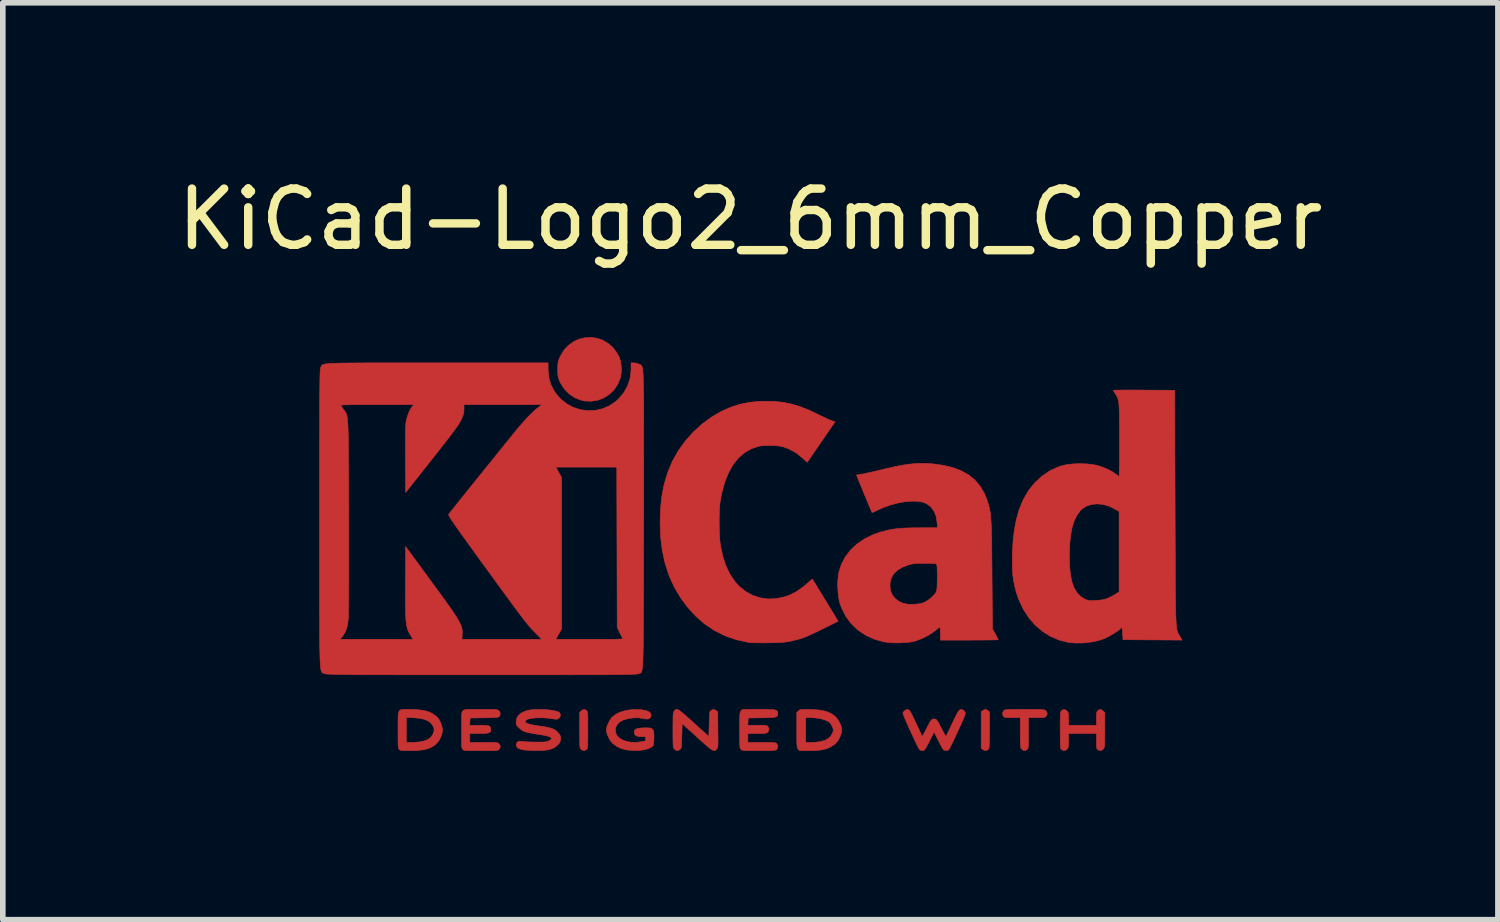
<source format=kicad_pcb>
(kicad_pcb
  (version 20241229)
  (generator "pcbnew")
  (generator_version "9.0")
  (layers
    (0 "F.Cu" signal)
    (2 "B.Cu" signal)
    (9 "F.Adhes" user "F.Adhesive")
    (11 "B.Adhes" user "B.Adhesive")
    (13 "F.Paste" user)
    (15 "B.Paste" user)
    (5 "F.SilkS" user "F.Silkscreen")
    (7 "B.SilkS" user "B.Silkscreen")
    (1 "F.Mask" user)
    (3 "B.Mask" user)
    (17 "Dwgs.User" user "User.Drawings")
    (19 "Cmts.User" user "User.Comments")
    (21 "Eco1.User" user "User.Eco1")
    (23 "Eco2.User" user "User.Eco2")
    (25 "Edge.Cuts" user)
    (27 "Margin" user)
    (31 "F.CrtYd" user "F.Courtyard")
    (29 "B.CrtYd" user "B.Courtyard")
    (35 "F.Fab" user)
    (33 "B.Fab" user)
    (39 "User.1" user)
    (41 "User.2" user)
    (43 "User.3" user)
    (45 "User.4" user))
  (footprint "KiCad-Logo2_6mm_Copper"
    (layer "F.Cu")
    (at 10.292 5.928)
    (property "Reference" "KiCad-Logo2_6mm_Copper" (at 0 -5.08 0) (layer "F.SilkS") (effects (font (size 1 1) (thickness 0.15))))
    (attr exclude_from_pos_files exclude_from_bom)
    (fp_poly (pts (xy 4.2 3.642) (xy 4.224 3.657) (xy 4.251 3.678) (xy 4.251 4) (xy 4.251 4.094) (xy 4.25 4.168) (xy 4.249 4.225) (xy 4.248 4.267) (xy 4.246 4.297) (xy 4.243 4.317) (xy 4.239 4.331) (xy 4.233 4.341) (xy 4.229 4.345) (xy 4.198 4.366) (xy 4.162 4.365) (xy 4.131 4.347) (xy 4.104 4.326) (xy 4.104 3.678) (xy 4.131 3.657) (xy 4.156 3.641) (xy 4.177 3.635) (xy 4.2 3.642)) (stroke (width 0.01) (type solid)) (fill yes) (layer "F.Cu"))
    (fp_poly (pts (xy -2.912 3.658) (xy -2.906 3.665) (xy -2.9 3.675) (xy -2.896 3.69) (xy -2.894 3.712) (xy -2.892 3.744) (xy -2.89 3.789) (xy -2.89 3.849) (xy -2.89 3.926) (xy -2.89 4.002) (xy -2.89 4.096) (xy -2.89 4.17) (xy -2.891 4.226) (xy -2.892 4.268) (xy -2.894 4.298) (xy -2.897 4.318) (xy -2.901 4.332) (xy -2.907 4.341) (xy -2.912 4.346) (xy -2.945 4.366) (xy -2.98 4.364) (xy -3.012 4.343) (xy -3.019 4.335) (xy -3.025 4.325) (xy -3.029 4.311) (xy -3.032 4.291) (xy -3.034 4.261) (xy -3.035 4.219) (xy -3.036 4.162) (xy -3.036 4.088) (xy -3.036 4.004) (xy -3.036 3.691) (xy -3.009 3.663) (xy -2.974 3.64) (xy -2.941 3.639) (xy -2.912 3.658)) (stroke (width 0.01) (type solid)) (fill yes) (layer "F.Cu"))
    (fp_poly (pts (xy -2.726 -2.964) (xy -2.623 -2.928) (xy -2.527 -2.871) (xy -2.441 -2.795) (xy -2.369 -2.697) (xy -2.336 -2.636) (xy -2.308 -2.55) (xy -2.295 -2.451) (xy -2.296 -2.35) (xy -2.313 -2.257) (xy -2.359 -2.145) (xy -2.425 -2.047) (xy -2.509 -1.966) (xy -2.606 -1.904) (xy -2.714 -1.862) (xy -2.829 -1.844) (xy -2.948 -1.849) (xy -3.007 -1.862) (xy -3.121 -1.906) (xy -3.222 -1.974) (xy -3.309 -2.063) (xy -3.377 -2.171) (xy -3.383 -2.183) (xy -3.403 -2.227) (xy -3.415 -2.265) (xy -3.422 -2.304) (xy -3.425 -2.355) (xy -3.426 -2.41) (xy -3.425 -2.476) (xy -3.421 -2.523) (xy -3.413 -2.562) (xy -3.399 -2.6) (xy -3.382 -2.639) (xy -3.318 -2.747) (xy -3.238 -2.834) (xy -3.147 -2.901) (xy -3.047 -2.948) (xy -2.941 -2.973) (xy -2.833 -2.979) (xy -2.726 -2.964)) (stroke (width 0.01) (type solid)) (fill yes) (layer "F.Cu"))
    (fp_poly (pts (xy 4.975 3.635) (xy 5.053 3.636) (xy 5.115 3.637) (xy 5.161 3.638) (xy 5.194 3.64) (xy 5.217 3.643) (xy 5.232 3.646) (xy 5.243 3.651) (xy 5.248 3.655) (xy 5.273 3.688) (xy 5.276 3.721) (xy 5.26 3.752) (xy 5.25 3.764) (xy 5.239 3.773) (xy 5.223 3.778) (xy 5.197 3.781) (xy 5.159 3.782) (xy 5.102 3.782) (xy 5.091 3.782) (xy 4.945 3.782) (xy 4.945 4.053) (xy 4.945 4.138) (xy 4.944 4.204) (xy 4.943 4.253) (xy 4.942 4.288) (xy 4.939 4.312) (xy 4.935 4.328) (xy 4.929 4.338) (xy 4.922 4.346) (xy 4.889 4.366) (xy 4.855 4.365) (xy 4.824 4.342) (xy 4.822 4.339) (xy 4.814 4.329) (xy 4.808 4.316) (xy 4.804 4.299) (xy 4.801 4.274) (xy 4.8 4.238) (xy 4.799 4.188) (xy 4.798 4.122) (xy 4.798 4.046) (xy 4.798 3.782) (xy 4.659 3.782) (xy 4.599 3.782) (xy 4.558 3.78) (xy 4.53 3.777) (xy 4.513 3.771) (xy 4.502 3.763) (xy 4.501 3.761) (xy 4.484 3.728) (xy 4.486 3.691) (xy 4.505 3.658) (xy 4.512 3.651) (xy 4.521 3.646) (xy 4.535 3.643) (xy 4.556 3.64) (xy 4.587 3.638) (xy 4.63 3.636) (xy 4.687 3.636) (xy 4.762 3.635) (xy 4.856 3.635) (xy 4.876 3.635) (xy 4.975 3.635)) (stroke (width 0.01) (type solid)) (fill yes) (layer "F.Cu"))
    (fp_poly (pts (xy 6.241 3.641) (xy 6.272 3.663) (xy 6.3 3.691) (xy 6.3 4) (xy 6.3 4.092) (xy 6.299 4.164) (xy 6.298 4.219) (xy 6.297 4.26) (xy 6.295 4.289) (xy 6.291 4.309) (xy 6.287 4.323) (xy 6.281 4.333) (xy 6.276 4.339) (xy 6.245 4.364) (xy 6.21 4.367) (xy 6.178 4.351) (xy 6.167 4.343) (xy 6.16 4.331) (xy 6.156 4.312) (xy 6.154 4.281) (xy 6.153 4.235) (xy 6.153 4.199) (xy 6.153 4.064) (xy 5.656 4.064) (xy 5.656 4.187) (xy 5.656 4.243) (xy 5.654 4.282) (xy 5.649 4.308) (xy 5.642 4.326) (xy 5.633 4.339) (xy 5.602 4.364) (xy 5.567 4.367) (xy 5.533 4.349) (xy 5.524 4.34) (xy 5.518 4.328) (xy 5.514 4.309) (xy 5.511 4.28) (xy 5.51 4.236) (xy 5.509 4.174) (xy 5.509 4.16) (xy 5.509 4.044) (xy 5.508 3.948) (xy 5.508 3.87) (xy 5.509 3.809) (xy 5.51 3.762) (xy 5.512 3.727) (xy 5.514 3.701) (xy 5.517 3.684) (xy 5.521 3.672) (xy 5.526 3.664) (xy 5.532 3.658) (xy 5.564 3.638) (xy 5.597 3.641) (xy 5.628 3.663) (xy 5.641 3.677) (xy 5.649 3.693) (xy 5.654 3.716) (xy 5.656 3.75) (xy 5.656 3.802) (xy 5.656 3.917) (xy 6.153 3.917) (xy 6.153 3.799) (xy 6.153 3.744) (xy 6.155 3.707) (xy 6.16 3.683) (xy 6.167 3.668) (xy 6.175 3.658) (xy 6.207 3.638) (xy 6.241 3.641)) (stroke (width 0.01) (type solid)) (fill yes) (layer "F.Cu"))
    (fp_poly (pts (xy 1.03 3.635) (xy 1.159 3.64) (xy 1.269 3.653) (xy 1.361 3.676) (xy 1.438 3.709) (xy 1.5 3.754) (xy 1.551 3.81) (xy 1.591 3.88) (xy 1.592 3.882) (xy 1.616 3.944) (xy 1.625 3.999) (xy 1.618 4.054) (xy 1.595 4.117) (xy 1.591 4.127) (xy 1.562 4.183) (xy 1.529 4.227) (xy 1.487 4.264) (xy 1.429 4.3) (xy 1.426 4.302) (xy 1.375 4.326) (xy 1.318 4.344) (xy 1.251 4.357) (xy 1.17 4.365) (xy 1.072 4.368) (xy 1.037 4.368) (xy 0.871 4.369) (xy 0.848 4.339) (xy 0.841 4.33) (xy 0.836 4.318) (xy 0.831 4.302) (xy 0.829 4.279) (xy 0.827 4.247) (xy 0.826 4.222) (xy 0.983 4.222) (xy 1.076 4.222) (xy 1.131 4.221) (xy 1.188 4.216) (xy 1.234 4.21) (xy 1.237 4.21) (xy 1.319 4.188) (xy 1.383 4.155) (xy 1.43 4.109) (xy 1.463 4.049) (xy 1.469 4.033) (xy 1.474 4.009) (xy 1.472 3.984) (xy 1.46 3.952) (xy 1.453 3.936) (xy 1.43 3.893) (xy 1.402 3.863) (xy 1.371 3.843) (xy 1.309 3.816) (xy 1.229 3.796) (xy 1.137 3.785) (xy 1.07 3.782) (xy 0.983 3.782) (xy 0.983 4.222) (xy 0.826 4.222) (xy 0.825 4.201) (xy 0.825 4.141) (xy 0.825 4.062) (xy 0.825 4) (xy 0.825 3.691) (xy 0.852 3.663) (xy 0.865 3.652) (xy 0.878 3.644) (xy 0.896 3.639) (xy 0.924 3.637) (xy 0.966 3.636) (xy 1.026 3.635) (xy 1.03 3.635)) (stroke (width 0.01) (type solid)) (fill yes) (layer "F.Cu"))
    (fp_poly (pts (xy -6.11 3.635) (xy -6.07 3.636) (xy -5.954 3.638) (xy -5.858 3.647) (xy -5.776 3.661) (xy -5.707 3.683) (xy -5.647 3.714) (xy -5.592 3.753) (xy -5.572 3.77) (xy -5.54 3.81) (xy -5.511 3.864) (xy -5.488 3.924) (xy -5.476 3.981) (xy -5.475 4.002) (xy -5.483 4.061) (xy -5.504 4.125) (xy -5.535 4.186) (xy -5.572 4.235) (xy -5.578 4.24) (xy -5.629 4.282) (xy -5.684 4.314) (xy -5.748 4.338) (xy -5.823 4.354) (xy -5.912 4.364) (xy -6.019 4.369) (xy -6.068 4.369) (xy -6.13 4.369) (xy -6.174 4.367) (xy -6.203 4.365) (xy -6.222 4.36) (xy -6.235 4.353) (xy -6.242 4.346) (xy -6.249 4.339) (xy -6.254 4.329) (xy -6.258 4.315) (xy -6.261 4.293) (xy -6.263 4.26) (xy -6.264 4.216) (xy -6.265 4.156) (xy -6.265 4.078) (xy -6.265 4.002) (xy -6.265 3.901) (xy -6.265 3.821) (xy -6.264 3.782) (xy -6.118 3.782) (xy -6.118 4.222) (xy -6.025 4.222) (xy -5.969 4.221) (xy -5.91 4.216) (xy -5.861 4.211) (xy -5.86 4.21) (xy -5.781 4.191) (xy -5.719 4.161) (xy -5.673 4.119) (xy -5.643 4.073) (xy -5.625 4.022) (xy -5.626 3.974) (xy -5.647 3.923) (xy -5.689 3.87) (xy -5.746 3.831) (xy -5.821 3.805) (xy -5.871 3.795) (xy -5.928 3.789) (xy -5.988 3.784) (xy -6.039 3.782) (xy -6.042 3.782) (xy -6.118 3.782) (xy -6.264 3.782) (xy -6.264 3.758) (xy -6.259 3.711) (xy -6.251 3.678) (xy -6.238 3.656) (xy -6.218 3.643) (xy -6.191 3.637) (xy -6.155 3.635) (xy -6.11 3.635)) (stroke (width 0.01) (type solid)) (fill yes) (layer "F.Cu"))
    (fp_poly (pts (xy -1.288 3.64) (xy -1.265 3.653) (xy -1.234 3.676) (xy -1.194 3.709) (xy -1.144 3.752) (xy -1.082 3.807) (xy -1.006 3.876) (xy -0.92 3.954) (xy -0.739 4.118) (xy -0.733 3.898) (xy -0.731 3.823) (xy -0.729 3.766) (xy -0.727 3.726) (xy -0.724 3.698) (xy -0.72 3.681) (xy -0.714 3.669) (xy -0.705 3.66) (xy -0.701 3.657) (xy -0.667 3.638) (xy -0.634 3.641) (xy -0.608 3.657) (xy -0.581 3.678) (xy -0.578 3.993) (xy -0.577 4.086) (xy -0.576 4.159) (xy -0.576 4.214) (xy -0.577 4.256) (xy -0.579 4.285) (xy -0.582 4.305) (xy -0.586 4.32) (xy -0.592 4.33) (xy -0.598 4.339) (xy -0.612 4.354) (xy -0.625 4.365) (xy -0.64 4.369) (xy -0.659 4.365) (xy -0.684 4.353) (xy -0.716 4.331) (xy -0.757 4.298) (xy -0.809 4.253) (xy -0.874 4.195) (xy -0.948 4.128) (xy -1.213 3.888) (xy -1.219 4.107) (xy -1.221 4.182) (xy -1.223 4.239) (xy -1.225 4.279) (xy -1.228 4.306) (xy -1.233 4.324) (xy -1.239 4.335) (xy -1.247 4.344) (xy -1.251 4.347) (xy -1.288 4.367) (xy -1.323 4.364) (xy -1.353 4.339) (xy -1.36 4.329) (xy -1.366 4.318) (xy -1.37 4.302) (xy -1.373 4.279) (xy -1.375 4.246) (xy -1.376 4.201) (xy -1.377 4.14) (xy -1.377 4.061) (xy -1.377 4.002) (xy -1.377 3.911) (xy -1.376 3.839) (xy -1.376 3.784) (xy -1.374 3.744) (xy -1.372 3.715) (xy -1.368 3.695) (xy -1.364 3.681) (xy -1.358 3.671) (xy -1.353 3.665) (xy -1.342 3.651) (xy -1.332 3.64) (xy -1.32 3.634) (xy -1.306 3.634) (xy -1.288 3.64)) (stroke (width 0.01) (type solid)) (fill yes) (layer "F.Cu"))
    (fp_poly (pts (xy -1.938 3.641) (xy -1.87 3.652) (xy -1.817 3.67) (xy -1.783 3.694) (xy -1.774 3.707) (xy -1.764 3.738) (xy -1.771 3.767) (xy -1.791 3.793) (xy -1.822 3.806) (xy -1.867 3.805) (xy -1.903 3.798) (xy -1.981 3.785) (xy -2.061 3.784) (xy -2.15 3.794) (xy -2.175 3.799) (xy -2.258 3.822) (xy -2.323 3.857) (xy -2.369 3.903) (xy -2.395 3.959) (xy -2.401 3.988) (xy -2.397 4.046) (xy -2.374 4.098) (xy -2.333 4.142) (xy -2.277 4.177) (xy -2.207 4.203) (xy -2.126 4.218) (xy -2.036 4.221) (xy -1.939 4.211) (xy -1.934 4.21) (xy -1.895 4.203) (xy -1.874 4.196) (xy -1.865 4.185) (xy -1.862 4.168) (xy -1.862 4.159) (xy -1.862 4.121) (xy -1.931 4.121) (xy -1.991 4.117) (xy -2.032 4.103) (xy -2.056 4.08) (xy -2.065 4.045) (xy -2.065 4.041) (xy -2.06 4.011) (xy -2.043 3.99) (xy -2.01 3.976) (xy -1.96 3.967) (xy -1.911 3.964) (xy -1.841 3.963) (xy -1.789 3.965) (xy -1.755 3.975) (xy -1.733 3.995) (xy -1.721 4.027) (xy -1.716 4.074) (xy -1.715 4.136) (xy -1.717 4.206) (xy -1.721 4.253) (xy -1.728 4.278) (xy -1.73 4.28) (xy -1.769 4.312) (xy -1.826 4.337) (xy -1.897 4.355) (xy -1.98 4.365) (xy -2.069 4.367) (xy -2.163 4.36) (xy -2.218 4.352) (xy -2.304 4.328) (xy -2.384 4.288) (xy -2.451 4.236) (xy -2.461 4.226) (xy -2.495 4.182) (xy -2.524 4.128) (xy -2.548 4.072) (xy -2.561 4.02) (xy -2.562 4.001) (xy -2.556 3.96) (xy -2.538 3.908) (xy -2.513 3.855) (xy -2.483 3.805) (xy -2.457 3.773) (xy -2.396 3.724) (xy -2.317 3.685) (xy -2.223 3.657) (xy -2.117 3.64) (xy -2.02 3.636) (xy -1.938 3.641)) (stroke (width 0.01) (type solid)) (fill yes) (layer "F.Cu"))
    (fp_poly (pts (xy 0.242 3.635) (xy 0.318 3.636) (xy 0.377 3.639) (xy 0.42 3.642) (xy 0.45 3.648) (xy 0.469 3.657) (xy 0.48 3.669) (xy 0.485 3.685) (xy 0.486 3.705) (xy 0.486 3.708) (xy 0.485 3.73) (xy 0.48 3.748) (xy 0.469 3.761) (xy 0.449 3.77) (xy 0.418 3.776) (xy 0.372 3.78) (xy 0.31 3.783) (xy 0.228 3.784) (xy 0.203 3.785) (xy -0.039 3.788) (xy -0.042 3.853) (xy -0.046 3.917) (xy 0.122 3.917) (xy 0.188 3.918) (xy 0.235 3.919) (xy 0.267 3.921) (xy 0.287 3.925) (xy 0.301 3.931) (xy 0.31 3.94) (xy 0.311 3.94) (xy 0.328 3.973) (xy 0.327 4.01) (xy 0.309 4.041) (xy 0.305 4.044) (xy 0.292 4.052) (xy 0.275 4.058) (xy 0.248 4.061) (xy 0.209 4.063) (xy 0.153 4.064) (xy 0.118 4.064) (xy -0.045 4.064) (xy -0.045 4.222) (xy 0.202 4.222) (xy 0.283 4.222) (xy 0.345 4.223) (xy 0.39 4.224) (xy 0.422 4.226) (xy 0.443 4.23) (xy 0.456 4.234) (xy 0.465 4.241) (xy 0.467 4.243) (xy 0.483 4.274) (xy 0.485 4.31) (xy 0.471 4.341) (xy 0.461 4.351) (xy 0.45 4.357) (xy 0.433 4.361) (xy 0.407 4.364) (xy 0.37 4.367) (xy 0.319 4.368) (xy 0.252 4.369) (xy 0.165 4.369) (xy 0.145 4.369) (xy 0.057 4.369) (xy -0.012 4.369) (xy -0.064 4.368) (xy -0.101 4.366) (xy -0.127 4.364) (xy -0.144 4.36) (xy -0.156 4.355) (xy -0.164 4.349) (xy -0.168 4.344) (xy -0.175 4.336) (xy -0.181 4.326) (xy -0.185 4.311) (xy -0.187 4.289) (xy -0.189 4.257) (xy -0.191 4.212) (xy -0.191 4.151) (xy -0.191 4.073) (xy -0.191 4.007) (xy -0.191 3.915) (xy -0.191 3.842) (xy -0.19 3.787) (xy -0.189 3.746) (xy -0.187 3.717) (xy -0.183 3.696) (xy -0.179 3.682) (xy -0.173 3.672) (xy -0.168 3.665) (xy -0.145 3.635) (xy 0.145 3.635) (xy 0.242 3.635)) (stroke (width 0.01) (type solid)) (fill yes) (layer "F.Cu"))
    (fp_poly (pts (xy -4.701 3.635) (xy -4.632 3.636) (xy -4.579 3.637) (xy -4.541 3.638) (xy -4.514 3.641) (xy -4.496 3.644) (xy -4.484 3.649) (xy -4.475 3.655) (xy -4.472 3.658) (xy -4.452 3.689) (xy -4.449 3.725) (xy -4.462 3.757) (xy -4.468 3.763) (xy -4.478 3.769) (xy -4.493 3.774) (xy -4.518 3.778) (xy -4.554 3.78) (xy -4.605 3.782) (xy -4.673 3.784) (xy -4.736 3.785) (xy -4.984 3.788) (xy -4.987 3.853) (xy -4.99 3.917) (xy -4.822 3.917) (xy -4.749 3.918) (xy -4.696 3.921) (xy -4.659 3.927) (xy -4.636 3.936) (xy -4.623 3.952) (xy -4.618 3.974) (xy -4.617 3.994) (xy -4.619 4.019) (xy -4.629 4.037) (xy -4.648 4.05) (xy -4.679 4.058) (xy -4.727 4.062) (xy -4.792 4.064) (xy -4.828 4.064) (xy -4.989 4.064) (xy -4.989 4.222) (xy -4.741 4.222) (xy -4.66 4.222) (xy -4.598 4.223) (xy -4.552 4.224) (xy -4.52 4.226) (xy -4.499 4.229) (xy -4.485 4.234) (xy -4.475 4.24) (xy -4.47 4.245) (xy -4.453 4.272) (xy -4.447 4.296) (xy -4.455 4.325) (xy -4.47 4.346) (xy -4.478 4.353) (xy -4.488 4.359) (xy -4.503 4.362) (xy -4.526 4.365) (xy -4.559 4.367) (xy -4.606 4.368) (xy -4.668 4.369) (xy -4.75 4.369) (xy -4.792 4.369) (xy -4.882 4.369) (xy -4.952 4.369) (xy -5.005 4.368) (xy -5.044 4.366) (xy -5.071 4.364) (xy -5.09 4.36) (xy -5.102 4.356) (xy -5.11 4.35) (xy -5.113 4.346) (xy -5.12 4.339) (xy -5.125 4.329) (xy -5.129 4.314) (xy -5.132 4.292) (xy -5.134 4.26) (xy -5.135 4.215) (xy -5.136 4.155) (xy -5.136 4.077) (xy -5.136 4.004) (xy -5.136 3.911) (xy -5.136 3.838) (xy -5.135 3.782) (xy -5.134 3.74) (xy -5.132 3.711) (xy -5.129 3.691) (xy -5.125 3.678) (xy -5.119 3.669) (xy -5.112 3.661) (xy -5.11 3.66) (xy -5.101 3.652) (xy -5.091 3.647) (xy -5.077 3.642) (xy -5.056 3.639) (xy -5.025 3.637) (xy -4.981 3.636) (xy -4.922 3.635) (xy -4.845 3.635) (xy -4.79 3.635) (xy -4.701 3.635)) (stroke (width 0.01) (type solid)) (fill yes) (layer "F.Cu"))
    (fp_poly (pts (xy 3.756 3.637) (xy 3.776 3.644) (xy 3.777 3.645) (xy 3.803 3.665) (xy 3.818 3.686) (xy 3.821 3.696) (xy 3.821 3.709) (xy 3.817 3.727) (xy 3.808 3.753) (xy 3.793 3.79) (xy 3.772 3.839) (xy 3.744 3.903) (xy 3.707 3.983) (xy 3.687 4.027) (xy 3.65 4.106) (xy 3.616 4.179) (xy 3.585 4.242) (xy 3.559 4.294) (xy 3.54 4.331) (xy 3.527 4.352) (xy 3.525 4.355) (xy 3.494 4.367) (xy 3.459 4.366) (xy 3.431 4.351) (xy 3.43 4.349) (xy 3.418 4.332) (xy 3.4 4.299) (xy 3.376 4.255) (xy 3.349 4.202) (xy 3.339 4.183) (xy 3.266 4.036) (xy 3.186 4.196) (xy 3.157 4.251) (xy 3.131 4.298) (xy 3.109 4.335) (xy 3.093 4.357) (xy 3.088 4.362) (xy 3.046 4.368) (xy 3.012 4.355) (xy 3.001 4.341) (xy 2.984 4.309) (xy 2.96 4.263) (xy 2.932 4.205) (xy 2.901 4.14) (xy 2.869 4.07) (xy 2.835 3.997) (xy 2.804 3.927) (xy 2.774 3.86) (xy 2.749 3.801) (xy 2.729 3.753) (xy 2.716 3.718) (xy 2.712 3.7) (xy 2.712 3.7) (xy 2.723 3.678) (xy 2.745 3.655) (xy 2.746 3.654) (xy 2.774 3.639) (xy 2.799 3.639) (xy 2.808 3.642) (xy 2.82 3.648) (xy 2.832 3.66) (xy 2.846 3.681) (xy 2.864 3.713) (xy 2.887 3.759) (xy 2.917 3.821) (xy 2.943 3.878) (xy 2.974 3.944) (xy 3.002 4.004) (xy 3.025 4.054) (xy 3.042 4.091) (xy 3.051 4.112) (xy 3.052 4.115) (xy 3.058 4.11) (xy 3.073 4.087) (xy 3.093 4.051) (xy 3.117 4.004) (xy 3.127 3.985) (xy 3.16 3.92) (xy 3.185 3.873) (xy 3.205 3.84) (xy 3.222 3.82) (xy 3.237 3.809) (xy 3.253 3.805) (xy 3.264 3.805) (xy 3.282 3.806) (xy 3.299 3.813) (xy 3.315 3.828) (xy 3.333 3.853) (xy 3.355 3.892) (xy 3.384 3.948) (xy 3.4 3.979) (xy 3.426 4.029) (xy 3.449 4.071) (xy 3.466 4.1) (xy 3.476 4.114) (xy 3.478 4.115) (xy 3.484 4.104) (xy 3.498 4.075) (xy 3.519 4.032) (xy 3.546 3.978) (xy 3.575 3.915) (xy 3.59 3.883) (xy 3.628 3.802) (xy 3.659 3.74) (xy 3.683 3.694) (xy 3.704 3.663) (xy 3.722 3.645) (xy 3.739 3.637) (xy 3.756 3.637)) (stroke (width 0.01) (type solid)) (fill yes) (layer "F.Cu"))
    (fp_poly (pts (xy -3.68 3.637) (xy -3.605 3.642) (xy -3.536 3.65) (xy -3.475 3.661) (xy -3.428 3.674) (xy -3.399 3.689) (xy -3.394 3.693) (xy -3.378 3.728) (xy -3.383 3.764) (xy -3.408 3.794) (xy -3.409 3.795) (xy -3.423 3.804) (xy -3.438 3.809) (xy -3.459 3.81) (xy -3.492 3.806) (xy -3.54 3.798) (xy -3.544 3.798) (xy -3.617 3.789) (xy -3.696 3.784) (xy -3.774 3.784) (xy -3.848 3.788) (xy -3.91 3.797) (xy -3.957 3.809) (xy -3.96 3.81) (xy -3.993 3.829) (xy -4.005 3.848) (xy -3.996 3.867) (xy -3.966 3.885) (xy -3.917 3.901) (xy -3.849 3.916) (xy -3.804 3.923) (xy -3.71 3.936) (xy -3.635 3.948) (xy -3.576 3.961) (xy -3.53 3.974) (xy -3.494 3.989) (xy -3.464 4.007) (xy -3.438 4.03) (xy -3.417 4.052) (xy -3.391 4.083) (xy -3.379 4.11) (xy -3.375 4.142) (xy -3.375 4.154) (xy -3.378 4.194) (xy -3.389 4.223) (xy -3.41 4.25) (xy -3.451 4.29) (xy -3.496 4.32) (xy -3.55 4.342) (xy -3.615 4.357) (xy -3.695 4.365) (xy -3.793 4.367) (xy -3.81 4.367) (xy -3.875 4.366) (xy -3.94 4.363) (xy -3.998 4.359) (xy -4.04 4.353) (xy -4.044 4.353) (xy -4.086 4.343) (xy -4.122 4.33) (xy -4.142 4.318) (xy -4.161 4.288) (xy -4.163 4.252) (xy -4.146 4.22) (xy -4.143 4.217) (xy -4.128 4.206) (xy -4.109 4.201) (xy -4.079 4.202) (xy -4.044 4.206) (xy -4.004 4.21) (xy -3.949 4.213) (xy -3.884 4.215) (xy -3.816 4.216) (xy -3.798 4.216) (xy -3.73 4.216) (xy -3.681 4.215) (xy -3.645 4.212) (xy -3.619 4.207) (xy -3.597 4.2) (xy -3.584 4.194) (xy -3.556 4.177) (xy -3.538 4.162) (xy -3.536 4.158) (xy -3.541 4.14) (xy -3.568 4.123) (xy -3.613 4.108) (xy -3.675 4.094) (xy -3.693 4.091) (xy -3.789 4.076) (xy -3.866 4.063) (xy -3.926 4.052) (xy -3.973 4.042) (xy -4.009 4.031) (xy -4.038 4.019) (xy -4.062 4.005) (xy -4.084 3.988) (xy -4.108 3.968) (xy -4.116 3.96) (xy -4.144 3.933) (xy -4.158 3.911) (xy -4.164 3.886) (xy -4.165 3.855) (xy -4.155 3.794) (xy -4.124 3.742) (xy -4.073 3.699) (xy -4.002 3.666) (xy -3.951 3.651) (xy -3.895 3.642) (xy -3.829 3.636) (xy -3.756 3.635) (xy -3.68 3.637)) (stroke (width 0.01) (type solid)) (fill yes) (layer "F.Cu"))
    (fp_poly (pts (xy 0.44 -1.84) (xy 0.588 -1.823) (xy 0.731 -1.794) (xy 0.876 -1.751) (xy 1.028 -1.692) (xy 1.192 -1.615) (xy 1.222 -1.6) (xy 1.29 -1.567) (xy 1.354 -1.537) (xy 1.408 -1.513) (xy 1.446 -1.498) (xy 1.451 -1.496) (xy 1.506 -1.48) (xy 1.26 -1.121) (xy 1.2 -1.033) (xy 1.144 -0.953) (xy 1.096 -0.883) (xy 1.057 -0.826) (xy 1.029 -0.785) (xy 1.013 -0.763) (xy 1.011 -0.759) (xy 1 -0.767) (xy 0.975 -0.789) (xy 0.939 -0.823) (xy 0.919 -0.841) (xy 0.806 -0.931) (xy 0.679 -0.999) (xy 0.57 -1.037) (xy 0.504 -1.049) (xy 0.422 -1.056) (xy 0.333 -1.058) (xy 0.247 -1.056) (xy 0.173 -1.048) (xy 0.144 -1.043) (xy 0.011 -0.997) (xy -0.108 -0.927) (xy -0.215 -0.834) (xy -0.308 -0.716) (xy -0.387 -0.575) (xy -0.454 -0.411) (xy -0.506 -0.223) (xy -0.537 -0.062) (xy -0.546 0.009) (xy -0.551 0.101) (xy -0.554 0.207) (xy -0.555 0.32) (xy -0.553 0.435) (xy -0.548 0.544) (xy -0.542 0.64) (xy -0.533 0.718) (xy -0.531 0.73) (xy -0.489 0.923) (xy -0.431 1.094) (xy -0.357 1.243) (xy -0.267 1.372) (xy -0.203 1.442) (xy -0.089 1.536) (xy 0.037 1.606) (xy 0.172 1.651) (xy 0.313 1.671) (xy 0.459 1.666) (xy 0.608 1.634) (xy 0.696 1.603) (xy 0.818 1.542) (xy 0.943 1.453) (xy 1.013 1.393) (xy 1.053 1.358) (xy 1.084 1.332) (xy 1.101 1.32) (xy 1.104 1.32) (xy 1.112 1.332) (xy 1.132 1.366) (xy 1.163 1.416) (xy 1.203 1.482) (xy 1.251 1.56) (xy 1.304 1.647) (xy 1.334 1.696) (xy 1.56 2.067) (xy 1.278 2.207) (xy 1.176 2.257) (xy 1.093 2.296) (xy 1.025 2.327) (xy 0.966 2.351) (xy 0.911 2.371) (xy 0.855 2.388) (xy 0.794 2.403) (xy 0.735 2.417) (xy 0.682 2.428) (xy 0.627 2.437) (xy 0.565 2.443) (xy 0.488 2.447) (xy 0.394 2.45) (xy 0.33 2.451) (xy 0.238 2.452) (xy 0.151 2.451) (xy 0.073 2.45) (xy 0.01 2.447) (xy -0.032 2.444) (xy -0.034 2.443) (xy -0.25 2.396) (xy -0.452 2.326) (xy -0.642 2.231) (xy -0.818 2.112) (xy -0.98 1.969) (xy -1.129 1.803) (xy -1.238 1.654) (xy -1.353 1.461) (xy -1.446 1.256) (xy -1.517 1.038) (xy -1.567 0.807) (xy -1.597 0.56) (xy -1.606 0.309) (xy -1.598 0.066) (xy -1.574 -0.158) (xy -1.533 -0.368) (xy -1.474 -0.565) (xy -1.396 -0.756) (xy -1.387 -0.776) (xy -1.284 -0.96) (xy -1.159 -1.135) (xy -1.013 -1.298) (xy -0.851 -1.445) (xy -0.676 -1.572) (xy -0.514 -1.665) (xy -0.349 -1.738) (xy -0.185 -1.791) (xy -0.013 -1.825) (xy 0.171 -1.842) (xy 0.281 -1.844) (xy 0.44 -1.84)) (stroke (width 0.01) (type solid)) (fill yes) (layer "F.Cu"))
    (fp_poly (pts (xy 6.842 -2.043) (xy 6.959 -2.043) (xy 6.999 -2.042) (xy 7.544 -2.039) (xy 7.551 0.055) (xy 7.552 0.339) (xy 7.553 0.597) (xy 7.554 0.83) (xy 7.555 1.039) (xy 7.555 1.227) (xy 7.556 1.393) (xy 7.557 1.54) (xy 7.559 1.669) (xy 7.56 1.782) (xy 7.562 1.879) (xy 7.564 1.961) (xy 7.567 2.031) (xy 7.57 2.09) (xy 7.574 2.138) (xy 7.578 2.177) (xy 7.582 2.209) (xy 7.588 2.235) (xy 7.594 2.257) (xy 7.601 2.274) (xy 7.609 2.29) (xy 7.618 2.305) (xy 7.627 2.32) (xy 7.638 2.337) (xy 7.64 2.341) (xy 7.676 2.403) (xy 7.15 2.399) (xy 6.625 2.396) (xy 6.618 2.28) (xy 6.614 2.225) (xy 6.61 2.193) (xy 6.605 2.18) (xy 6.597 2.183) (xy 6.59 2.19) (xy 6.561 2.217) (xy 6.514 2.251) (xy 6.456 2.289) (xy 6.392 2.326) (xy 6.33 2.359) (xy 6.283 2.38) (xy 6.171 2.415) (xy 6.044 2.44) (xy 5.909 2.454) (xy 5.777 2.455) (xy 5.656 2.444) (xy 5.654 2.444) (xy 5.49 2.402) (xy 5.335 2.336) (xy 5.193 2.247) (xy 5.065 2.137) (xy 4.951 2.006) (xy 4.854 1.856) (xy 4.775 1.689) (xy 4.731 1.565) (xy 4.703 1.462) (xy 4.682 1.361) (xy 4.667 1.258) (xy 4.659 1.146) (xy 4.656 1.019) (xy 4.658 0.915) (xy 5.671 0.915) (xy 5.675 1.089) (xy 5.691 1.239) (xy 5.716 1.366) (xy 5.754 1.471) (xy 5.803 1.555) (xy 5.864 1.621) (xy 5.934 1.668) (xy 5.971 1.685) (xy 6.003 1.695) (xy 6.038 1.7) (xy 6.086 1.701) (xy 6.137 1.699) (xy 6.238 1.69) (xy 6.318 1.672) (xy 6.343 1.664) (xy 6.4 1.638) (xy 6.461 1.605) (xy 6.487 1.589) (xy 6.556 1.544) (xy 6.556 0.117) (xy 6.48 0.072) (xy 6.375 0.021) (xy 6.268 -0.01) (xy 6.162 -0.019) (xy 6.061 -0.008) (xy 5.97 0.023) (xy 5.893 0.075) (xy 5.868 0.099) (xy 5.808 0.181) (xy 5.759 0.279) (xy 5.721 0.396) (xy 5.695 0.533) (xy 5.678 0.692) (xy 5.671 0.876) (xy 5.671 0.915) (xy 4.658 0.915) (xy 4.658 0.872) (xy 4.67 0.646) (xy 4.693 0.442) (xy 4.729 0.258) (xy 4.777 0.089) (xy 4.839 -0.066) (xy 4.861 -0.112) (xy 4.95 -0.262) (xy 5.058 -0.396) (xy 5.182 -0.51) (xy 5.319 -0.604) (xy 5.468 -0.674) (xy 5.557 -0.703) (xy 5.644 -0.72) (xy 5.749 -0.73) (xy 5.863 -0.734) (xy 5.977 -0.73) (xy 6.083 -0.719) (xy 6.167 -0.703) (xy 6.268 -0.67) (xy 6.366 -0.628) (xy 6.451 -0.58) (xy 6.497 -0.548) (xy 6.528 -0.525) (xy 6.55 -0.51) (xy 6.555 -0.508) (xy 6.557 -0.521) (xy 6.558 -0.559) (xy 6.559 -0.619) (xy 6.561 -0.699) (xy 6.562 -0.795) (xy 6.562 -0.906) (xy 6.563 -1.027) (xy 6.563 -1.151) (xy 6.563 -1.31) (xy 6.562 -1.444) (xy 6.561 -1.555) (xy 6.56 -1.647) (xy 6.557 -1.721) (xy 6.553 -1.781) (xy 6.548 -1.829) (xy 6.54 -1.867) (xy 6.531 -1.898) (xy 6.52 -1.925) (xy 6.507 -1.949) (xy 6.49 -1.975) (xy 6.488 -1.978) (xy 6.467 -2.011) (xy 6.455 -2.034) (xy 6.453 -2.039) (xy 6.466 -2.04) (xy 6.504 -2.041) (xy 6.563 -2.042) (xy 6.642 -2.043) (xy 6.735 -2.043) (xy 6.842 -2.043)) (stroke (width 0.01) (type solid)) (fill yes) (layer "F.Cu"))
    (fp_poly (pts (xy 3.168 -0.736) (xy 3.236 -0.731) (xy 3.43 -0.705) (xy 3.603 -0.663) (xy 3.753 -0.606) (xy 3.884 -0.532) (xy 3.994 -0.441) (xy 4.086 -0.333) (xy 4.16 -0.206) (xy 4.214 -0.069) (xy 4.227 -0.025) (xy 4.239 0.016) (xy 4.249 0.057) (xy 4.258 0.099) (xy 4.266 0.145) (xy 4.272 0.196) (xy 4.277 0.257) (xy 4.281 0.327) (xy 4.285 0.411) (xy 4.287 0.509) (xy 4.29 0.624) (xy 4.292 0.759) (xy 4.293 0.915) (xy 4.295 1.095) (xy 4.296 1.236) (xy 4.304 2.204) (xy 4.356 2.297) (xy 4.38 2.342) (xy 4.398 2.377) (xy 4.407 2.395) (xy 4.407 2.396) (xy 4.394 2.398) (xy 4.356 2.399) (xy 4.297 2.4) (xy 4.22 2.401) (xy 4.127 2.402) (xy 4.021 2.402) (xy 3.906 2.403) (xy 3.892 2.403) (xy 3.378 2.403) (xy 3.378 2.286) (xy 3.377 2.233) (xy 3.374 2.193) (xy 3.371 2.171) (xy 3.369 2.169) (xy 3.356 2.178) (xy 3.328 2.2) (xy 3.291 2.231) (xy 3.29 2.231) (xy 3.224 2.281) (xy 3.14 2.331) (xy 3.048 2.376) (xy 2.957 2.411) (xy 2.918 2.423) (xy 2.838 2.439) (xy 2.741 2.448) (xy 2.635 2.453) (xy 2.528 2.451) (xy 2.43 2.443) (xy 2.362 2.432) (xy 2.194 2.383) (xy 2.042 2.312) (xy 1.909 2.222) (xy 1.794 2.112) (xy 1.699 1.984) (xy 1.625 1.839) (xy 1.592 1.751) (xy 1.572 1.665) (xy 1.559 1.562) (xy 1.553 1.451) (xy 1.553 1.435) (xy 2.482 1.435) (xy 2.489 1.517) (xy 2.515 1.586) (xy 2.562 1.649) (xy 2.581 1.668) (xy 2.645 1.718) (xy 2.72 1.75) (xy 2.81 1.766) (xy 2.904 1.767) (xy 2.994 1.759) (xy 3.062 1.744) (xy 3.092 1.733) (xy 3.145 1.703) (xy 3.202 1.66) (xy 3.254 1.612) (xy 3.293 1.566) (xy 3.303 1.549) (xy 3.311 1.526) (xy 3.317 1.488) (xy 3.32 1.433) (xy 3.322 1.357) (xy 3.323 1.284) (xy 3.322 1.199) (xy 3.321 1.138) (xy 3.319 1.096) (xy 3.315 1.07) (xy 3.309 1.055) (xy 3.301 1.048) (xy 3.299 1.046) (xy 3.276 1.043) (xy 3.233 1.04) (xy 3.173 1.038) (xy 3.104 1.037) (xy 3.089 1.037) (xy 2.997 1.038) (xy 2.925 1.043) (xy 2.869 1.051) (xy 2.822 1.062) (xy 2.706 1.106) (xy 2.615 1.16) (xy 2.548 1.225) (xy 2.504 1.302) (xy 2.484 1.391) (xy 2.482 1.435) (xy 1.553 1.435) (xy 1.554 1.342) (xy 1.564 1.245) (xy 1.571 1.205) (xy 1.617 1.059) (xy 1.687 0.924) (xy 1.78 0.802) (xy 1.895 0.695) (xy 2.03 0.603) (xy 2.183 0.528) (xy 2.313 0.482) (xy 2.401 0.459) (xy 2.484 0.44) (xy 2.569 0.426) (xy 2.661 0.416) (xy 2.765 0.41) (xy 2.888 0.407) (xy 2.998 0.406) (xy 3.326 0.405) (xy 3.319 0.307) (xy 3.302 0.2) (xy 3.264 0.108) (xy 3.207 0.033) (xy 3.134 -0.022) (xy 3.07 -0.048) (xy 2.977 -0.065) (xy 2.867 -0.068) (xy 2.745 -0.057) (xy 2.615 -0.033) (xy 2.483 0.003) (xy 2.354 0.049) (xy 2.261 0.092) (xy 2.216 0.114) (xy 2.181 0.129) (xy 2.164 0.135) (xy 2.163 0.135) (xy 2.157 0.121) (xy 2.142 0.086) (xy 2.119 0.032) (xy 2.09 -0.037) (xy 2.056 -0.118) (xy 2.022 -0.201) (xy 1.886 -0.532) (xy 1.983 -0.548) (xy 2.025 -0.556) (xy 2.088 -0.57) (xy 2.167 -0.587) (xy 2.257 -0.608) (xy 2.351 -0.63) (xy 2.389 -0.64) (xy 2.552 -0.677) (xy 2.694 -0.706) (xy 2.822 -0.725) (xy 2.939 -0.736) (xy 3.053 -0.74) (xy 3.168 -0.736)) (stroke (width 0.01) (type solid)) (fill yes) (layer "F.Cu"))
    (fp_poly (pts (xy -5.956 -2.526) (xy -5.691 -2.526) (xy -5.568 -2.526) (xy -3.597 -2.526) (xy -3.597 -2.41) (xy -3.585 -2.269) (xy -3.547 -2.138) (xy -3.485 -2.018) (xy -3.396 -1.907) (xy -3.366 -1.877) (xy -3.258 -1.793) (xy -3.14 -1.731) (xy -3.013 -1.692) (xy -2.883 -1.676) (xy -2.752 -1.683) (xy -2.625 -1.712) (xy -2.504 -1.765) (xy -2.393 -1.84) (xy -2.343 -1.886) (xy -2.25 -1.997) (xy -2.182 -2.12) (xy -2.139 -2.252) (xy -2.122 -2.392) (xy -2.122 -2.406) (xy -2.121 -2.526) (xy -2.068 -2.526) (xy -2.022 -2.52) (xy -1.979 -2.504) (xy -1.976 -2.503) (xy -1.966 -2.498) (xy -1.957 -2.494) (xy -1.949 -2.49) (xy -1.942 -2.485) (xy -1.935 -2.477) (xy -1.929 -2.467) (xy -1.924 -2.451) (xy -1.919 -2.43) (xy -1.915 -2.402) (xy -1.911 -2.366) (xy -1.908 -2.321) (xy -1.905 -2.266) (xy -1.903 -2.199) (xy -1.901 -2.12) (xy -1.899 -2.027) (xy -1.898 -1.919) (xy -1.897 -1.795) (xy -1.897 -1.654) (xy -1.896 -1.495) (xy -1.896 -1.317) (xy -1.896 -1.118) (xy -1.896 -0.897) (xy -1.897 -0.654) (xy -1.897 -0.386) (xy -1.897 -0.094) (xy -1.898 0.224) (xy -1.898 0.263) (xy -1.898 0.584) (xy -1.899 0.878) (xy -1.899 1.147) (xy -1.899 1.392) (xy -1.9 1.614) (xy -1.9 1.814) (xy -1.901 1.994) (xy -1.902 2.154) (xy -1.903 2.296) (xy -1.904 2.421) (xy -1.905 2.529) (xy -1.907 2.623) (xy -1.909 2.702) (xy -1.911 2.769) (xy -1.914 2.825) (xy -1.918 2.87) (xy -1.921 2.906) (xy -1.926 2.934) (xy -1.931 2.954) (xy -1.936 2.969) (xy -1.942 2.979) (xy -1.949 2.986) (xy -1.956 2.99) (xy -1.965 2.993) (xy -1.974 2.995) (xy -1.983 2.999) (xy -1.986 3) (xy -1.993 3.002) (xy -2.006 3.005) (xy -2.025 3.007) (xy -2.051 3.009) (xy -2.085 3.01) (xy -2.129 3.012) (xy -2.184 3.013) (xy -2.25 3.014) (xy -2.329 3.015) (xy -2.422 3.016) (xy -2.53 3.017) (xy -2.654 3.018) (xy -2.795 3.019) (xy -2.955 3.019) (xy -3.134 3.019) (xy -3.333 3.02) (xy -3.554 3.02) (xy -3.798 3.02) (xy -4.066 3.02) (xy -4.358 3.02) (xy -4.677 3.02) (xy -4.78 3.02) (xy -5.106 3.02) (xy -5.405 3.02) (xy -5.679 3.02) (xy -5.929 3.02) (xy -6.156 3.02) (xy -6.361 3.019) (xy -6.545 3.019) (xy -6.71 3.018) (xy -6.856 3.018) (xy -6.984 3.017) (xy -7.097 3.016) (xy -7.194 3.015) (xy -7.277 3.014) (xy -7.347 3.013) (xy -7.405 3.012) (xy -7.453 3.011) (xy -7.491 3.009) (xy -7.52 3.007) (xy -7.542 3.005) (xy -7.558 3.003) (xy -7.569 3.001) (xy -7.574 2.998) (xy -7.585 2.994) (xy -7.594 2.991) (xy -7.603 2.988) (xy -7.611 2.983) (xy -7.618 2.977) (xy -7.624 2.967) (xy -7.63 2.952) (xy -7.635 2.932) (xy -7.64 2.905) (xy -7.644 2.87) (xy -7.647 2.826) (xy -7.65 2.772) (xy -7.653 2.706) (xy -7.655 2.628) (xy -7.657 2.536) (xy -7.658 2.43) (xy -7.658 2.389) (xy -7.292 2.389) (xy -5.997 2.389) (xy -6.022 2.351) (xy -6.046 2.312) (xy -6.067 2.275) (xy -6.085 2.238) (xy -6.099 2.197) (xy -6.111 2.15) (xy -6.119 2.094) (xy -6.126 2.028) (xy -6.13 1.948) (xy -6.133 1.852) (xy -6.135 1.736) (xy -6.135 1.6) (xy -6.134 1.439) (xy -6.134 1.379) (xy -6.13 0.74) (xy -5.725 1.291) (xy -5.611 1.448) (xy -5.511 1.584) (xy -5.426 1.702) (xy -5.354 1.803) (xy -5.294 1.889) (xy -5.245 1.963) (xy -5.206 2.025) (xy -5.177 2.078) (xy -5.154 2.123) (xy -5.139 2.163) (xy -5.129 2.198) (xy -5.124 2.231) (xy -5.123 2.264) (xy -5.123 2.299) (xy -5.124 2.303) (xy -5.128 2.389) (xy -3.709 2.389) (xy -3.814 2.283) (xy -3.843 2.253) (xy -3.87 2.225) (xy -3.897 2.196) (xy -3.925 2.165) (xy -3.955 2.129) (xy -3.988 2.088) (xy -4.026 2.041) (xy -4.069 1.984) (xy -4.119 1.917) (xy -4.178 1.839) (xy -4.245 1.748) (xy -4.323 1.641) (xy -4.413 1.518) (xy -4.516 1.378) (xy -4.632 1.217) (xy -4.728 1.086) (xy -4.848 0.921) (xy -4.952 0.776) (xy -5.043 0.651) (xy -5.12 0.544) (xy -5.184 0.454) (xy -5.237 0.379) (xy -5.279 0.317) (xy -5.312 0.269) (xy -5.336 0.231) (xy -5.352 0.203) (xy -5.362 0.184) (xy -5.365 0.172) (xy -5.364 0.165) (xy -5.351 0.148) (xy -5.322 0.112) (xy -5.279 0.058) (xy -5.225 -0.01) (xy -5.16 -0.091) (xy -5.086 -0.183) (xy -5.006 -0.283) (xy -4.921 -0.389) (xy -4.832 -0.499) (xy -4.742 -0.611) (xy -4.692 -0.673) (xy -3.459 -0.673) (xy -3.408 -0.58) (xy -3.357 -0.487) (xy -3.357 2.204) (xy -3.408 2.296) (xy -3.459 2.389) (xy -2.853 2.389) (xy -2.709 2.389) (xy -2.589 2.389) (xy -2.493 2.388) (xy -2.417 2.388) (xy -2.359 2.386) (xy -2.317 2.385) (xy -2.289 2.382) (xy -2.273 2.379) (xy -2.266 2.375) (xy -2.265 2.37) (xy -2.269 2.365) (xy -2.27 2.365) (xy -2.287 2.34) (xy -2.31 2.299) (xy -2.33 2.258) (xy -2.368 2.176) (xy -2.376 -0.673) (xy -3.459 -0.673) (xy -4.692 -0.673) (xy -4.651 -0.723) (xy -4.563 -0.832) (xy -4.479 -0.937) (xy -4.4 -1.035) (xy -4.328 -1.124) (xy -4.264 -1.202) (xy -4.212 -1.267) (xy -4.172 -1.317) (xy -4.148 -1.346) (xy -4.056 -1.453) (xy -3.968 -1.55) (xy -3.886 -1.634) (xy -3.814 -1.701) (xy -3.763 -1.741) (xy -3.703 -1.785) (xy -5.092 -1.785) (xy -5.092 -1.703) (xy -5.096 -1.643) (xy -5.11 -1.588) (xy -5.133 -1.535) (xy -5.148 -1.505) (xy -5.163 -1.476) (xy -5.182 -1.445) (xy -5.204 -1.41) (xy -5.232 -1.369) (xy -5.267 -1.322) (xy -5.31 -1.264) (xy -5.362 -1.195) (xy -5.426 -1.113) (xy -5.503 -1.015) (xy -5.593 -0.9) (xy -5.7 -0.765) (xy -5.712 -0.75) (xy -6.13 -0.221) (xy -6.134 -0.807) (xy -6.135 -0.983) (xy -6.135 -1.131) (xy -6.134 -1.254) (xy -6.132 -1.35) (xy -6.128 -1.421) (xy -6.124 -1.467) (xy -6.123 -1.475) (xy -6.101 -1.567) (xy -6.071 -1.649) (xy -6.038 -1.716) (xy -6.018 -1.744) (xy -5.984 -1.785) (xy -6.638 -1.785) (xy -6.794 -1.785) (xy -6.924 -1.784) (xy -7.031 -1.784) (xy -7.116 -1.782) (xy -7.182 -1.781) (xy -7.229 -1.779) (xy -7.26 -1.776) (xy -7.277 -1.773) (xy -7.282 -1.769) (xy -7.282 -1.768) (xy -7.268 -1.747) (xy -7.245 -1.714) (xy -7.233 -1.697) (xy -7.22 -1.68) (xy -7.209 -1.665) (xy -7.199 -1.65) (xy -7.19 -1.635) (xy -7.183 -1.616) (xy -7.176 -1.593) (xy -7.17 -1.565) (xy -7.165 -1.53) (xy -7.161 -1.486) (xy -7.157 -1.432) (xy -7.154 -1.367) (xy -7.151 -1.288) (xy -7.149 -1.196) (xy -7.148 -1.087) (xy -7.147 -0.961) (xy -7.146 -0.816) (xy -7.145 -0.651) (xy -7.144 -0.464) (xy -7.144 -0.253) (xy -7.143 -0.018) (xy -7.143 0.198) (xy -7.142 0.439) (xy -7.142 0.668) (xy -7.142 0.885) (xy -7.142 1.089) (xy -7.142 1.276) (xy -7.143 1.447) (xy -7.144 1.6) (xy -7.145 1.732) (xy -7.146 1.844) (xy -7.148 1.932) (xy -7.149 1.996) (xy -7.151 2.035) (xy -7.151 2.039) (xy -7.163 2.132) (xy -7.182 2.207) (xy -7.211 2.273) (xy -7.253 2.337) (xy -7.258 2.344) (xy -7.292 2.389) (xy -7.658 2.389) (xy -7.659 2.307) (xy -7.66 2.168) (xy -7.66 2.011) (xy -7.661 1.834) (xy -7.661 1.636) (xy -7.661 1.418) (xy -7.661 1.176) (xy -7.661 0.911) (xy -7.661 0.62) (xy -7.661 0.304) (xy -7.661 0.241) (xy -7.661 -0.079) (xy -7.661 -0.372) (xy -7.661 -0.641) (xy -7.661 -0.885) (xy -7.661 -1.106) (xy -7.66 -1.305) (xy -7.66 -1.484) (xy -7.659 -1.643) (xy -7.659 -1.784) (xy -7.658 -1.907) (xy -7.657 -2.015) (xy -7.656 -2.107) (xy -7.655 -2.185) (xy -7.654 -2.25) (xy -7.653 -2.304) (xy -7.651 -2.347) (xy -7.649 -2.381) (xy -7.647 -2.406) (xy -7.645 -2.425) (xy -7.643 -2.437) (xy -7.64 -2.444) (xy -7.64 -2.444) (xy -7.635 -2.455) (xy -7.631 -2.466) (xy -7.626 -2.475) (xy -7.62 -2.483) (xy -7.61 -2.49) (xy -7.596 -2.496) (xy -7.576 -2.502) (xy -7.549 -2.507) (xy -7.514 -2.511) (xy -7.469 -2.515) (xy -7.413 -2.518) (xy -7.345 -2.52) (xy -7.263 -2.522) (xy -7.166 -2.523) (xy -7.052 -2.524) (xy -6.921 -2.525) (xy -6.771 -2.526) (xy -6.601 -2.526) (xy -6.409 -2.526) (xy -6.195 -2.526) (xy -5.956 -2.526)) (stroke (width 0.01) (type solid)) (fill yes) (layer "F.Cu")))
  (gr_rect
    (start -3 -3)
    (end 23.583 13.302)
    (stroke (width 0.1) (type default))
    (fill no)
    (layer "Edge.Cuts")))
</source>
